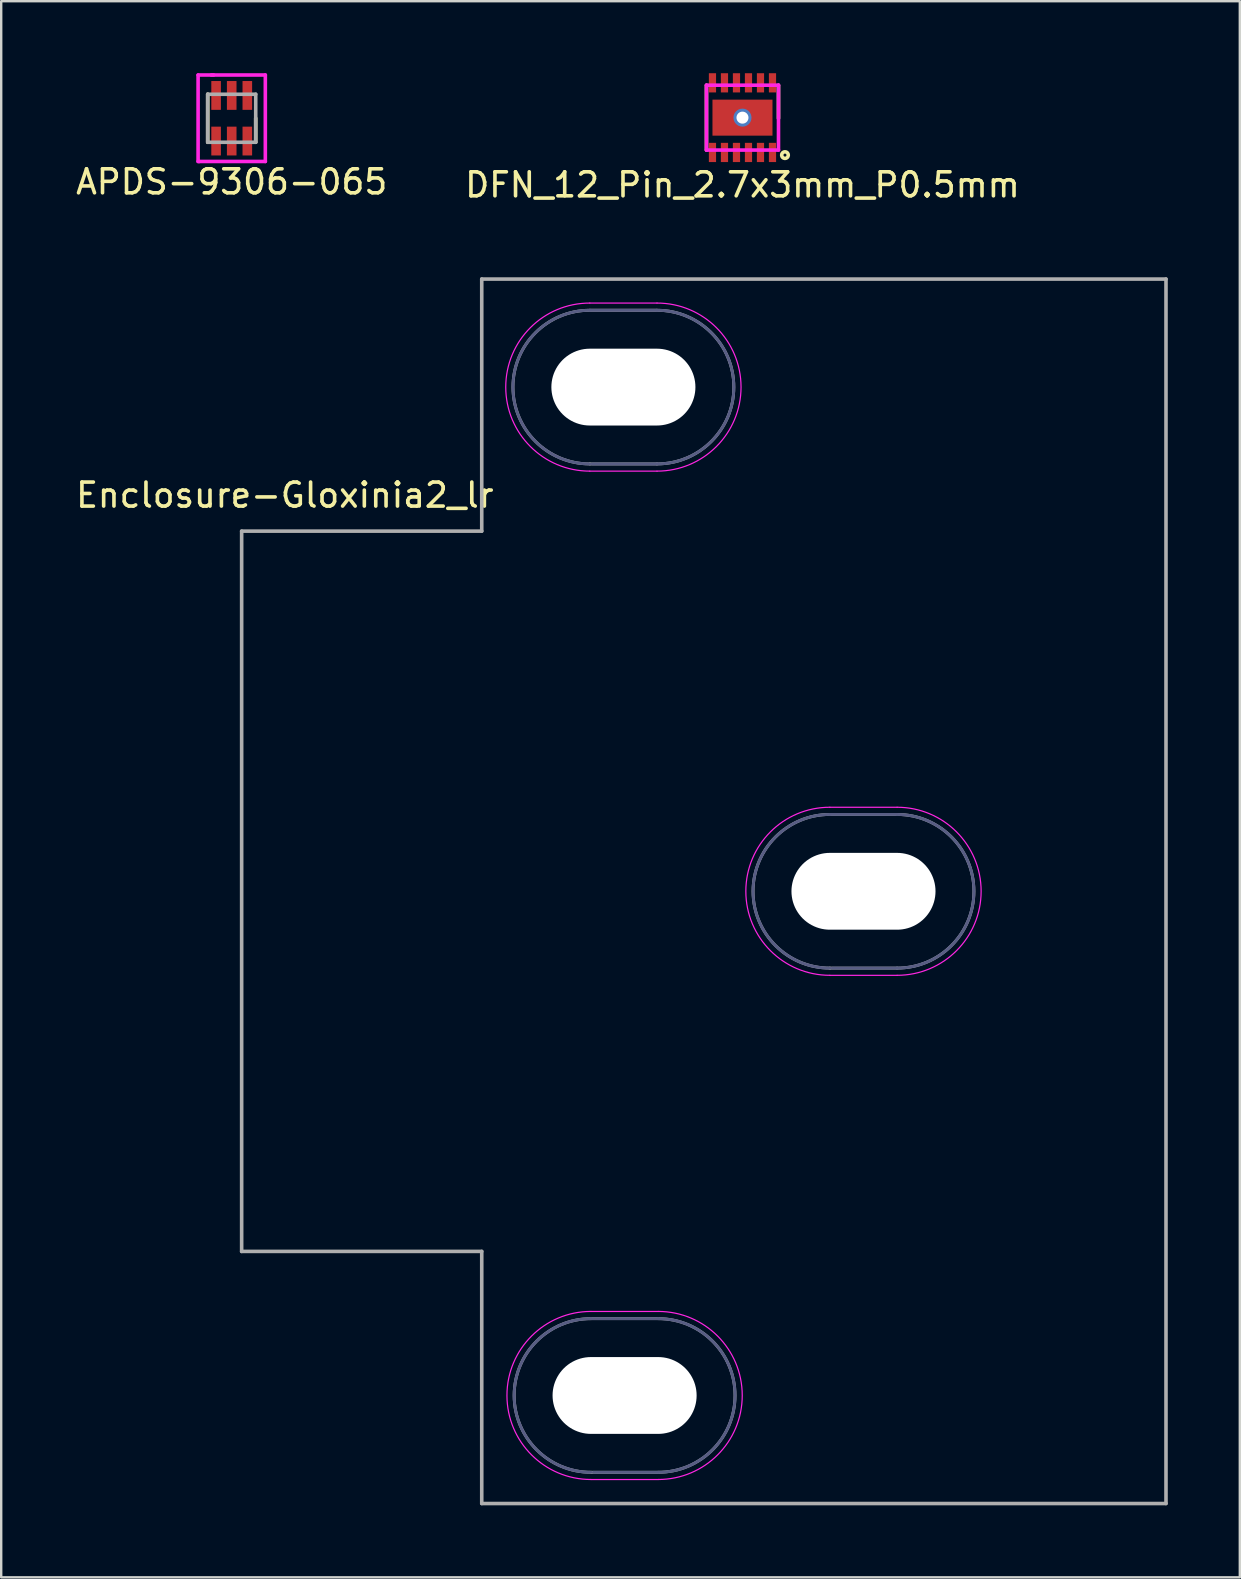
<source format=kicad_pcb>
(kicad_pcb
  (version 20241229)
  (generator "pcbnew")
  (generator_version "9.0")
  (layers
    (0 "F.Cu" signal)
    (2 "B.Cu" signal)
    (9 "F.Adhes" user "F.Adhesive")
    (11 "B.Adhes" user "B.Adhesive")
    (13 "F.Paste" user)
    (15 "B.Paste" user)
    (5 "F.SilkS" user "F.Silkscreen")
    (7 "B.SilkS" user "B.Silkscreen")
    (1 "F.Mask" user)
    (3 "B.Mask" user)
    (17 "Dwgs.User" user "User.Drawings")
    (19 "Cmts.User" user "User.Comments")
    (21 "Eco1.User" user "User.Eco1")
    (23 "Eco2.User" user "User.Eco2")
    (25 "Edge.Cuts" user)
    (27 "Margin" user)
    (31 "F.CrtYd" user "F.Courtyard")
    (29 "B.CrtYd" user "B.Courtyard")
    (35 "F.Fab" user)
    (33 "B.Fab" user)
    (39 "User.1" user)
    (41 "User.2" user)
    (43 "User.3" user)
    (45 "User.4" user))
  (footprint "DFN_12_Pin_2.7x3mm_P0.5mm"
    (layer "F.Cu")
    (at 27.875 1.85)
    (property "Reference" "DFN_12_Pin_2.7x3mm_P0.5mm" (at 0 2.8 0) (layer "F.SilkS") (effects (font (size 1 1) (thickness 0.15))))
    (attr smd)
    (fp_line (start -1.5 -1.35) (end -1.5 1.35) (stroke (width 0.15) (type solid)) (layer "F.SilkS"))
    (fp_line (start 1.5 -1.35) (end 1.5 0.03) (stroke (width 0.15) (type solid)) (layer "F.SilkS"))
    (fp_circle (center 1.77 1.56) (end 1.83 1.54) (stroke (width 0.15) (type solid)) (fill no) (layer "F.SilkS"))
    (fp_line (start -1.5 -1.35) (end 1.5 -1.35) (stroke (width 0.15) (type solid)) (layer "F.CrtYd"))
    (fp_line (start -1.5 1.35) (end -1.5 -1.35) (stroke (width 0.15) (type solid)) (layer "F.CrtYd"))
    (fp_line (start 1.5 -1.35) (end 1.5 1.35) (stroke (width 0.15) (type solid)) (layer "F.CrtYd"))
    (fp_line (start 1.5 1.35) (end -1.5 1.35) (stroke (width 0.15) (type solid)) (layer "F.CrtYd"))
    (pad "1" smd rect (at -1.25 1.45) (size 0.3 0.8) (layers "F.Cu" "F.Mask" "F.Paste"))
    (pad "2" smd rect (at -0.75 1.45) (size 0.3 0.8) (layers "F.Cu" "F.Mask" "F.Paste"))
    (pad "3" smd rect (at -0.25 1.45) (size 0.3 0.8) (layers "F.Cu" "F.Mask" "F.Paste"))
    (pad "4" smd rect (at 0.25 1.45) (size 0.3 0.8) (layers "F.Cu" "F.Mask" "F.Paste"))
    (pad "5" smd rect (at 0.75 1.45) (size 0.3 0.8) (layers "F.Cu" "F.Mask" "F.Paste"))
    (pad "6" smd rect (at 1.25 1.45) (size 0.3 0.8) (layers "F.Cu" "F.Mask" "F.Paste"))
    (pad "7" smd rect (at 1.25 -1.45) (size 0.3 0.8) (layers "F.Cu" "F.Mask" "F.Paste"))
    (pad "8" smd rect (at 0.75 -1.45) (size 0.3 0.8) (layers "F.Cu" "F.Mask" "F.Paste"))
    (pad "9" smd rect (at 0.25 -1.45) (size 0.3 0.8) (layers "F.Cu" "F.Mask" "F.Paste"))
    (pad "10" smd rect (at -0.25 -1.45) (size 0.3 0.8) (layers "F.Cu" "F.Mask" "F.Paste"))
    (pad "11" smd rect (at -0.75 -1.45) (size 0.3 0.8) (layers "F.Cu" "F.Mask" "F.Paste"))
    (pad "12" smd rect (at -1.25 -1.45) (size 0.3 0.8) (layers "F.Cu" "F.Mask" "F.Paste"))
    (pad "13" thru_hole circle (at 0 0) (size 0.75 0.75) (drill 0.5) (layers "*.Cu" "*.Mask"))
    (pad "13" smd rect (at 0 0) (size 2.5 1.5) (layers "F.Cu" "F.Mask" "F.Paste")))
  (footprint "APDS-9306-065"
    (layer "F.Cu")
    (at 6.601 1.875)
    (property "Reference" "APDS-9306-065" (at 0 2.65 180) (layer "F.SilkS") (effects (font (size 1 1) (thickness 0.15))))
    (attr smd)
    (fp_line (start -1 -1) (end -1 1) (stroke (width 0.15) (type solid)) (layer "F.SilkS"))
    (fp_line (start 1 1) (end 1 0) (stroke (width 0.15) (type solid)) (layer "F.SilkS"))
    (fp_line (start -1.4 -1.8) (end -0.75 -1.8) (stroke (width 0.15) (type solid)) (layer "F.CrtYd"))
    (fp_line (start -1.4 1.8) (end -1.4 -1.8) (stroke (width 0.15) (type solid)) (layer "F.CrtYd"))
    (fp_line (start -1.35 1.8) (end -1.4 1.8) (stroke (width 0.15) (type solid)) (layer "F.CrtYd"))
    (fp_line (start -0.85 -1.8) (end 1.4 -1.8) (stroke (width 0.15) (type solid)) (layer "F.CrtYd"))
    (fp_line (start 1.4 -1.8) (end 1.4 1.8) (stroke (width 0.15) (type solid)) (layer "F.CrtYd"))
    (fp_line (start 1.4 1.8) (end -1.35 1.8) (stroke (width 0.15) (type solid)) (layer "F.CrtYd"))
    (fp_line (start -1 -1) (end -1 1) (stroke (width 0.15) (type solid)) (layer "F.Fab"))
    (fp_line (start -1 -1) (end 1 -1) (stroke (width 0.15) (type solid)) (layer "F.Fab"))
    (fp_line (start -1 1) (end 1 1) (stroke (width 0.15) (type solid)) (layer "F.Fab"))
    (fp_line (start 1 -1) (end 1 1) (stroke (width 0.15) (type solid)) (layer "F.Fab"))
    (pad "1" smd rect (at 0.65 -0.95) (size 0.4 1.2) (layers "F.Cu" "F.Mask" "F.Paste"))
    (pad "2" smd rect (at 0 -0.95) (size 0.4 1.2) (layers "F.Cu" "F.Mask" "F.Paste"))
    (pad "3" smd rect (at -0.65 -0.95) (size 0.4 1.2) (layers "F.Cu" "F.Mask" "F.Paste"))
    (pad "4" smd rect (at -0.65 0.95) (size 0.4 1.2) (layers "F.Cu" "F.Mask" "F.Paste"))
    (pad "5" smd rect (at 0 0.95) (size 0.4 1.2) (layers "F.Cu" "F.Mask" "F.Paste"))
    (pad "6" smd rect (at 0.65 0.95) (size 0.4 1.2) (layers "F.Cu" "F.Mask" "F.Paste")))
  (footprint "Enclosure-Gloxinia2_lr"
    (layer "F.Cu")
    (at 34.315 34.073)
    (property "Reference" "Enclosure-Gloxinia2_lr" (at -25.5 -16.5 0) (layer "F.SilkS") (effects (font (size 1 1) (thickness 0.15))))
    (fp_line (start -12.8 -24.5) (end -10 -24.5) (stroke (width 0.05) (type solid)) (layer "F.CrtYd"))
    (fp_line (start -12.8 -17.5) (end -10 -17.5) (stroke (width 0.05) (type solid)) (layer "F.CrtYd"))
    (fp_line (start -12.75 17.5) (end -9.95 17.5) (stroke (width 0.05) (type solid)) (layer "F.CrtYd"))
    (fp_line (start -12.75 24.5) (end -9.95 24.5) (stroke (width 0.05) (type solid)) (layer "F.CrtYd"))
    (fp_line (start -2.8 -3.5) (end 0 -3.5) (stroke (width 0.05) (type solid)) (layer "F.CrtYd"))
    (fp_line (start -2.8 3.5) (end 0 3.5) (stroke (width 0.05) (type solid)) (layer "F.CrtYd"))
    (fp_arc (start -12.8 -17.5) (mid -16.3 -21) (end -12.8 -24.5) (stroke (width 0.05) (type solid)) (layer "F.CrtYd"))
    (fp_arc (start -12.75 24.5) (mid -16.25 21) (end -12.75 17.5) (stroke (width 0.05) (type solid)) (layer "F.CrtYd"))
    (fp_arc (start -10 -24.5) (mid -6.5 -21) (end -10 -17.5) (stroke (width 0.05) (type solid)) (layer "F.CrtYd"))
    (fp_arc (start -9.95 17.5) (mid -6.45 21) (end -9.95 24.5) (stroke (width 0.05) (type solid)) (layer "F.CrtYd"))
    (fp_arc (start -2.8 3.5) (mid -6.3 0) (end -2.8 -3.5) (stroke (width 0.05) (type solid)) (layer "F.CrtYd"))
    (fp_arc (start 0 -3.5) (mid 3.5 0) (end 0 3.5) (stroke (width 0.05) (type solid)) (layer "F.CrtYd"))
    (fp_line (start -12.8 -24.2) (end -10 -24.2) (stroke (width 0.12) (type solid)) (layer "B.Fab"))
    (fp_line (start -12.75 17.8) (end -9.95 17.8) (stroke (width 0.12) (type solid)) (layer "B.Fab"))
    (fp_line (start -12.7 -17.8) (end -10 -17.8) (stroke (width 0.12) (type solid)) (layer "B.Fab"))
    (fp_line (start -12.65 24.2) (end -9.95 24.2) (stroke (width 0.12) (type solid)) (layer "B.Fab"))
    (fp_line (start -2.8 -3.2) (end 0 -3.2) (stroke (width 0.12) (type solid)) (layer "B.Fab"))
    (fp_line (start -2.7 3.2) (end 0 3.2) (stroke (width 0.12) (type solid)) (layer "B.Fab"))
    (fp_arc (start -12.8 -17.8) (mid -16 -21) (end -12.8 -24.2) (stroke (width 0.12) (type solid)) (layer "B.Fab"))
    (fp_arc (start -12.75 24.2) (mid -15.95 21) (end -12.75 17.8) (stroke (width 0.12) (type solid)) (layer "B.Fab"))
    (fp_arc (start -10 -24.2) (mid -6.8 -21) (end -10 -17.8) (stroke (width 0.12) (type solid)) (layer "B.Fab"))
    (fp_arc (start -9.95 17.8) (mid -6.75 21) (end -9.95 24.2) (stroke (width 0.12) (type solid)) (layer "B.Fab"))
    (fp_arc (start -2.8 3.2) (mid -6 0) (end -2.8 -3.2) (stroke (width 0.12) (type solid)) (layer "B.Fab"))
    (fp_arc (start 0 -3.2) (mid 3.2 0) (end 0 3.2) (stroke (width 0.12) (type solid)) (layer "B.Fab"))
    (fp_line (start -27.3 -15) (end -27.3 15) (stroke (width 0.15) (type solid)) (layer "F.Fab"))
    (fp_line (start -27.3 -15) (end -17.3 -15) (stroke (width 0.15) (type solid)) (layer "F.Fab"))
    (fp_line (start -27.3 15) (end -17.3 15) (stroke (width 0.15) (type solid)) (layer "F.Fab"))
    (fp_line (start -17.3 -25.5) (end -17.3 -15) (stroke (width 0.15) (type solid)) (layer "F.Fab"))
    (fp_line (start -17.3 -25.5) (end 11.2 -25.5) (stroke (width 0.15) (type solid)) (layer "F.Fab"))
    (fp_line (start -17.3 15) (end -17.3 25.5) (stroke (width 0.15) (type solid)) (layer "F.Fab"))
    (fp_line (start -17.3 25.5) (end 11.2 25.5) (stroke (width 0.15) (type solid)) (layer "F.Fab"))
    (fp_line (start -12.8 -24.2) (end -10 -24.2) (stroke (width 0.12) (type solid)) (layer "F.Fab"))
    (fp_line (start -12.8 -17.8) (end -10 -17.8) (stroke (width 0.12) (type solid)) (layer "F.Fab"))
    (fp_line (start -12.75 17.8) (end -9.95 17.8) (stroke (width 0.12) (type solid)) (layer "F.Fab"))
    (fp_line (start -12.75 24.2) (end -9.95 24.2) (stroke (width 0.12) (type solid)) (layer "F.Fab"))
    (fp_line (start -2.8 -3.2) (end 0 -3.2) (stroke (width 0.12) (type solid)) (layer "F.Fab"))
    (fp_line (start -2.8 3.2) (end 0 3.2) (stroke (width 0.12) (type solid)) (layer "F.Fab"))
    (fp_line (start 11.2 -25.5) (end 11.2 25.5) (stroke (width 0.15) (type solid)) (layer "F.Fab"))
    (fp_arc (start -12.8 -17.8) (mid -16 -21) (end -12.8 -24.2) (stroke (width 0.12) (type solid)) (layer "F.Fab"))
    (fp_arc (start -12.75 24.2) (mid -15.95 21) (end -12.75 17.8) (stroke (width 0.12) (type solid)) (layer "F.Fab"))
    (fp_arc (start -10 -24.2) (mid -6.8 -21) (end -10 -17.8) (stroke (width 0.12) (type solid)) (layer "F.Fab"))
    (fp_arc (start -9.95 17.8) (mid -6.75 21) (end -9.95 24.2) (stroke (width 0.12) (type solid)) (layer "F.Fab"))
    (fp_arc (start -2.8 3.2) (mid -6 0) (end -2.8 -3.2) (stroke (width 0.12) (type solid)) (layer "F.Fab"))
    (fp_arc (start 0 -3.2) (mid 3.2 0) (end 0 3.2) (stroke (width 0.12) (type solid)) (layer "F.Fab"))
    (pad "" np_thru_hole oval (at -11.4 -21 90) (size 3.2 6) (drill oval 3.2 6) (layers "*.Cu" "*.Mask"))
    (pad "" np_thru_hole oval (at -11.35 21 90) (size 3.2 6) (drill oval 3.2 6) (layers "*.Cu" "*.Mask"))
    (pad "" np_thru_hole oval (at -1.4 0 90) (size 3.2 6) (drill oval 3.2 6) (layers "*.Cu" "*.Mask")))
  (gr_rect
    (start -3 -3)
    (end 48.59 62.648)
    (stroke (width 0.1) (type default))
    (fill no)
    (layer "Edge.Cuts")))
</source>
